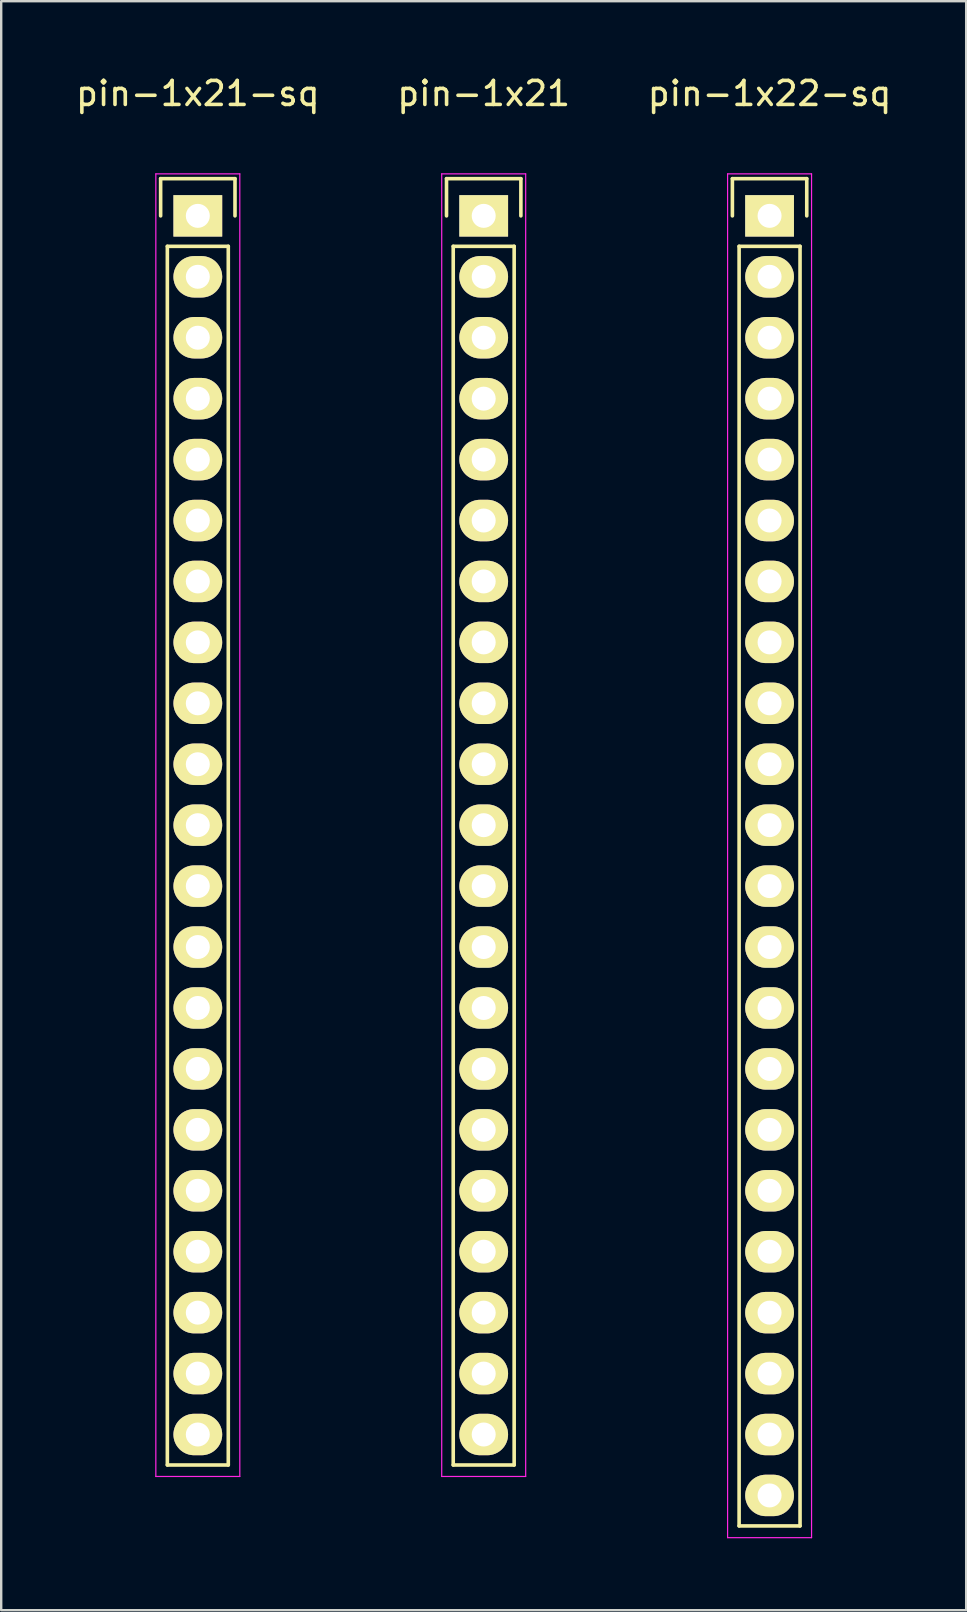
<source format=kicad_pcb>
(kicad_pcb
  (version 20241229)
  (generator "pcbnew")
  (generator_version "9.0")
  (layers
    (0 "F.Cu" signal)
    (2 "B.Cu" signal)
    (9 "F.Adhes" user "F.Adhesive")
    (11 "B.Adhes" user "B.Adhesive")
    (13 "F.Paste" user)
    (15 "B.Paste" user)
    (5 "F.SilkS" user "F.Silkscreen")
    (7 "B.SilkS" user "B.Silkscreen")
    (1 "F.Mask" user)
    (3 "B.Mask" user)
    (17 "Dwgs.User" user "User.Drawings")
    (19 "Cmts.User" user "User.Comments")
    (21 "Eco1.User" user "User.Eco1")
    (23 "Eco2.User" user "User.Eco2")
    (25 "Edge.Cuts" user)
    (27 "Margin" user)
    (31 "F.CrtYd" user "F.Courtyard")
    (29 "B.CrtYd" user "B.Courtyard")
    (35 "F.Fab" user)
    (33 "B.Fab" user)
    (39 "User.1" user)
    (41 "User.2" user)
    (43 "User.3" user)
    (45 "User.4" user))
  (footprint "pin-1x21-sq"
    (layer "F.Cu")
    (at 5.196 5.948)
    (property "Reference" "pin-1x21-sq" (at 0 -5.1 0) (layer "F.SilkS") (effects (font (size 1 1) (thickness 0.15))))
    (attr through_hole)
    (fp_line (start -1.55 -1.55) (end 1.55 -1.55) (stroke (width 0.15) (type solid)) (layer "F.SilkS"))
    (fp_line (start -1.55 0) (end -1.55 -1.55) (stroke (width 0.15) (type solid)) (layer "F.SilkS"))
    (fp_line (start -1.27 52.07) (end -1.27 1.27) (stroke (width 0.15) (type solid)) (layer "F.SilkS"))
    (fp_line (start 1.27 1.27) (end -1.27 1.27) (stroke (width 0.15) (type solid)) (layer "F.SilkS"))
    (fp_line (start 1.27 1.27) (end 1.27 52.07) (stroke (width 0.15) (type solid)) (layer "F.SilkS"))
    (fp_line (start 1.27 52.07) (end -1.27 52.07) (stroke (width 0.15) (type solid)) (layer "F.SilkS"))
    (fp_line (start 1.55 -1.55) (end 1.55 0) (stroke (width 0.15) (type solid)) (layer "F.SilkS"))
    (fp_line (start -1.75 -1.75) (end -1.75 52.55) (stroke (width 0.05) (type solid)) (layer "F.CrtYd"))
    (fp_line (start -1.75 -1.75) (end 1.75 -1.75) (stroke (width 0.05) (type solid)) (layer "F.CrtYd"))
    (fp_line (start -1.75 52.55) (end 1.75 52.55) (stroke (width 0.05) (type solid)) (layer "F.CrtYd"))
    (fp_line (start 1.75 -1.75) (end 1.75 52.55) (stroke (width 0.05) (type solid)) (layer "F.CrtYd"))
    (pad "1" thru_hole rect (at 0 0) (size 2.032 1.727) (drill 1) (layers "*.Cu" "*.Mask" "F.SilkS"))
    (pad "2" thru_hole oval (at 0 2.54) (size 2.032 1.727) (drill 1) (layers "*.Cu" "*.Mask" "F.SilkS"))
    (pad "3" thru_hole oval (at 0 5.08) (size 2.032 1.727) (drill 1) (layers "*.Cu" "*.Mask" "F.SilkS"))
    (pad "4" thru_hole oval (at 0 7.62) (size 2.032 1.727) (drill 1) (layers "*.Cu" "*.Mask" "F.SilkS"))
    (pad "5" thru_hole oval (at 0 10.16) (size 2.032 1.727) (drill 1) (layers "*.Cu" "*.Mask" "F.SilkS"))
    (pad "6" thru_hole oval (at 0 12.7) (size 2.032 1.727) (drill 1) (layers "*.Cu" "*.Mask" "F.SilkS"))
    (pad "7" thru_hole oval (at 0 15.24) (size 2.032 1.727) (drill 1) (layers "*.Cu" "*.Mask" "F.SilkS"))
    (pad "8" thru_hole oval (at 0 17.78) (size 2.032 1.727) (drill 1) (layers "*.Cu" "*.Mask" "F.SilkS"))
    (pad "9" thru_hole oval (at 0 20.32) (size 2.032 1.727) (drill 1) (layers "*.Cu" "*.Mask" "F.SilkS"))
    (pad "10" thru_hole oval (at 0 22.86) (size 2.032 1.727) (drill 1) (layers "*.Cu" "*.Mask" "F.SilkS"))
    (pad "11" thru_hole oval (at 0 25.4) (size 2.032 1.727) (drill 1) (layers "*.Cu" "*.Mask" "F.SilkS"))
    (pad "12" thru_hole oval (at 0 27.94) (size 2.032 1.727) (drill 1) (layers "*.Cu" "*.Mask" "F.SilkS"))
    (pad "13" thru_hole oval (at 0 30.48) (size 2.032 1.727) (drill 1) (layers "*.Cu" "*.Mask" "F.SilkS"))
    (pad "14" thru_hole oval (at 0 33.02) (size 2.032 1.727) (drill 1) (layers "*.Cu" "*.Mask" "F.SilkS"))
    (pad "15" thru_hole oval (at 0 35.56) (size 2.032 1.727) (drill 1) (layers "*.Cu" "*.Mask" "F.SilkS"))
    (pad "16" thru_hole oval (at 0 38.1) (size 2.032 1.727) (drill 1) (layers "*.Cu" "*.Mask" "F.SilkS"))
    (pad "17" thru_hole oval (at 0 40.64) (size 2.032 1.727) (drill 1) (layers "*.Cu" "*.Mask" "F.SilkS"))
    (pad "18" thru_hole oval (at 0 43.18) (size 2.032 1.727) (drill 1) (layers "*.Cu" "*.Mask" "F.SilkS"))
    (pad "19" thru_hole oval (at 0 45.72) (size 2.032 1.727) (drill 1) (layers "*.Cu" "*.Mask" "F.SilkS"))
    (pad "20" thru_hole oval (at 0 48.26) (size 2.032 1.727) (drill 1) (layers "*.Cu" "*.Mask" "F.SilkS"))
    (pad "21" thru_hole oval (at 0 50.8) (size 2.032 1.727) (drill 1) (layers "*.Cu" "*.Mask" "F.SilkS")))
  (footprint "pin-1x21"
    (layer "F.Cu")
    (at 17.113 5.948)
    (property "Reference" "pin-1x21" (at 0 -5.1 0) (layer "F.SilkS") (effects (font (size 1 1) (thickness 0.15))))
    (attr through_hole)
    (fp_line (start -1.55 -1.55) (end 1.55 -1.55) (stroke (width 0.15) (type solid)) (layer "F.SilkS"))
    (fp_line (start -1.55 0) (end -1.55 -1.55) (stroke (width 0.15) (type solid)) (layer "F.SilkS"))
    (fp_line (start -1.27 52.07) (end -1.27 1.27) (stroke (width 0.15) (type solid)) (layer "F.SilkS"))
    (fp_line (start 1.27 1.27) (end -1.27 1.27) (stroke (width 0.15) (type solid)) (layer "F.SilkS"))
    (fp_line (start 1.27 1.27) (end 1.27 52.07) (stroke (width 0.15) (type solid)) (layer "F.SilkS"))
    (fp_line (start 1.27 52.07) (end -1.27 52.07) (stroke (width 0.15) (type solid)) (layer "F.SilkS"))
    (fp_line (start 1.55 -1.55) (end 1.55 0) (stroke (width 0.15) (type solid)) (layer "F.SilkS"))
    (fp_line (start -1.75 -1.75) (end -1.75 52.55) (stroke (width 0.05) (type solid)) (layer "F.CrtYd"))
    (fp_line (start -1.75 -1.75) (end 1.75 -1.75) (stroke (width 0.05) (type solid)) (layer "F.CrtYd"))
    (fp_line (start -1.75 52.55) (end 1.75 52.55) (stroke (width 0.05) (type solid)) (layer "F.CrtYd"))
    (fp_line (start 1.75 -1.75) (end 1.75 52.55) (stroke (width 0.05) (type solid)) (layer "F.CrtYd"))
    (pad "1" thru_hole rect (at 0 0) (size 2.032 1.727) (drill 1) (layers "*.Cu" "*.Mask" "F.SilkS"))
    (pad "2" thru_hole oval (at 0 2.54) (size 2.032 1.727) (drill 1) (layers "*.Cu" "*.Mask" "F.SilkS"))
    (pad "3" thru_hole oval (at 0 5.08) (size 2.032 1.727) (drill 1) (layers "*.Cu" "*.Mask" "F.SilkS"))
    (pad "4" thru_hole oval (at 0 7.62) (size 2.032 1.727) (drill 1) (layers "*.Cu" "*.Mask" "F.SilkS"))
    (pad "5" thru_hole oval (at 0 10.16) (size 2.032 1.727) (drill 1) (layers "*.Cu" "*.Mask" "F.SilkS"))
    (pad "6" thru_hole oval (at 0 12.7) (size 2.032 1.727) (drill 1) (layers "*.Cu" "*.Mask" "F.SilkS"))
    (pad "7" thru_hole oval (at 0 15.24) (size 2.032 1.727) (drill 1) (layers "*.Cu" "*.Mask" "F.SilkS"))
    (pad "8" thru_hole oval (at 0 17.78) (size 2.032 1.727) (drill 1) (layers "*.Cu" "*.Mask" "F.SilkS"))
    (pad "9" thru_hole oval (at 0 20.32) (size 2.032 1.727) (drill 1) (layers "*.Cu" "*.Mask" "F.SilkS"))
    (pad "10" thru_hole oval (at 0 22.86) (size 2.032 1.727) (drill 1) (layers "*.Cu" "*.Mask" "F.SilkS"))
    (pad "11" thru_hole oval (at 0 25.4) (size 2.032 1.727) (drill 1) (layers "*.Cu" "*.Mask" "F.SilkS"))
    (pad "12" thru_hole oval (at 0 27.94) (size 2.032 1.727) (drill 1) (layers "*.Cu" "*.Mask" "F.SilkS"))
    (pad "13" thru_hole oval (at 0 30.48) (size 2.032 1.727) (drill 1) (layers "*.Cu" "*.Mask" "F.SilkS"))
    (pad "14" thru_hole oval (at 0 33.02) (size 2.032 1.727) (drill 1) (layers "*.Cu" "*.Mask" "F.SilkS"))
    (pad "15" thru_hole oval (at 0 35.56) (size 2.032 1.727) (drill 1) (layers "*.Cu" "*.Mask" "F.SilkS"))
    (pad "16" thru_hole oval (at 0 38.1) (size 2.032 1.727) (drill 1) (layers "*.Cu" "*.Mask" "F.SilkS"))
    (pad "17" thru_hole oval (at 0 40.64) (size 2.032 1.727) (drill 1) (layers "*.Cu" "*.Mask" "F.SilkS"))
    (pad "18" thru_hole oval (at 0 43.18) (size 2.032 1.727) (drill 1) (layers "*.Cu" "*.Mask" "F.SilkS"))
    (pad "19" thru_hole oval (at 0 45.72) (size 2.032 1.727) (drill 1) (layers "*.Cu" "*.Mask" "F.SilkS"))
    (pad "20" thru_hole oval (at 0 48.26) (size 2.032 1.727) (drill 1) (layers "*.Cu" "*.Mask" "F.SilkS"))
    (pad "21" thru_hole oval (at 0 50.8) (size 2.032 1.727) (drill 1) (layers "*.Cu" "*.Mask" "F.SilkS")))
  (footprint "pin-1x22-sq"
    (layer "F.Cu")
    (at 29.03 5.948)
    (property "Reference" "pin-1x22-sq" (at 0 -5.1 0) (layer "F.SilkS") (effects (font (size 1 1) (thickness 0.15))))
    (attr through_hole)
    (fp_line (start -1.55 -1.55) (end 1.55 -1.55) (stroke (width 0.15) (type solid)) (layer "F.SilkS"))
    (fp_line (start -1.55 0) (end -1.55 -1.55) (stroke (width 0.15) (type solid)) (layer "F.SilkS"))
    (fp_line (start -1.27 1.27) (end -1.27 54.61) (stroke (width 0.15) (type solid)) (layer "F.SilkS"))
    (fp_line (start -1.27 54.61) (end 1.27 54.61) (stroke (width 0.15) (type solid)) (layer "F.SilkS"))
    (fp_line (start 1.27 1.27) (end -1.27 1.27) (stroke (width 0.15) (type solid)) (layer "F.SilkS"))
    (fp_line (start 1.27 54.61) (end 1.27 1.27) (stroke (width 0.15) (type solid)) (layer "F.SilkS"))
    (fp_line (start 1.55 -1.55) (end 1.55 0) (stroke (width 0.15) (type solid)) (layer "F.SilkS"))
    (fp_line (start -1.75 -1.75) (end -1.75 55.1) (stroke (width 0.05) (type solid)) (layer "F.CrtYd"))
    (fp_line (start -1.75 -1.75) (end 1.75 -1.75) (stroke (width 0.05) (type solid)) (layer "F.CrtYd"))
    (fp_line (start -1.75 55.1) (end 1.75 55.1) (stroke (width 0.05) (type solid)) (layer "F.CrtYd"))
    (fp_line (start 1.75 -1.75) (end 1.75 55.1) (stroke (width 0.05) (type solid)) (layer "F.CrtYd"))
    (pad "1" thru_hole rect (at 0 0) (size 2.032 1.727) (drill 1) (layers "*.Cu" "*.Mask" "F.SilkS"))
    (pad "2" thru_hole oval (at 0 2.54) (size 2.032 1.727) (drill 1) (layers "*.Cu" "*.Mask" "F.SilkS"))
    (pad "3" thru_hole oval (at 0 5.08) (size 2.032 1.727) (drill 1) (layers "*.Cu" "*.Mask" "F.SilkS"))
    (pad "4" thru_hole oval (at 0 7.62) (size 2.032 1.727) (drill 1) (layers "*.Cu" "*.Mask" "F.SilkS"))
    (pad "5" thru_hole oval (at 0 10.16) (size 2.032 1.727) (drill 1) (layers "*.Cu" "*.Mask" "F.SilkS"))
    (pad "6" thru_hole oval (at 0 12.7) (size 2.032 1.727) (drill 1) (layers "*.Cu" "*.Mask" "F.SilkS"))
    (pad "7" thru_hole oval (at 0 15.24) (size 2.032 1.727) (drill 1) (layers "*.Cu" "*.Mask" "F.SilkS"))
    (pad "8" thru_hole oval (at 0 17.78) (size 2.032 1.727) (drill 1) (layers "*.Cu" "*.Mask" "F.SilkS"))
    (pad "9" thru_hole oval (at 0 20.32) (size 2.032 1.727) (drill 1) (layers "*.Cu" "*.Mask" "F.SilkS"))
    (pad "10" thru_hole oval (at 0 22.86) (size 2.032 1.727) (drill 1) (layers "*.Cu" "*.Mask" "F.SilkS"))
    (pad "11" thru_hole oval (at 0 25.4) (size 2.032 1.727) (drill 1) (layers "*.Cu" "*.Mask" "F.SilkS"))
    (pad "12" thru_hole oval (at 0 27.94) (size 2.032 1.727) (drill 1) (layers "*.Cu" "*.Mask" "F.SilkS"))
    (pad "13" thru_hole oval (at 0 30.48) (size 2.032 1.727) (drill 1) (layers "*.Cu" "*.Mask" "F.SilkS"))
    (pad "14" thru_hole oval (at 0 33.02) (size 2.032 1.727) (drill 1) (layers "*.Cu" "*.Mask" "F.SilkS"))
    (pad "15" thru_hole oval (at 0 35.56) (size 2.032 1.727) (drill 1) (layers "*.Cu" "*.Mask" "F.SilkS"))
    (pad "16" thru_hole oval (at 0 38.1) (size 2.032 1.727) (drill 1) (layers "*.Cu" "*.Mask" "F.SilkS"))
    (pad "17" thru_hole oval (at 0 40.64) (size 2.032 1.727) (drill 1) (layers "*.Cu" "*.Mask" "F.SilkS"))
    (pad "18" thru_hole oval (at 0 43.18) (size 2.032 1.727) (drill 1) (layers "*.Cu" "*.Mask" "F.SilkS"))
    (pad "19" thru_hole oval (at 0 45.72) (size 2.032 1.727) (drill 1) (layers "*.Cu" "*.Mask" "F.SilkS"))
    (pad "20" thru_hole oval (at 0 48.26) (size 2.032 1.727) (drill 1) (layers "*.Cu" "*.Mask" "F.SilkS"))
    (pad "21" thru_hole oval (at 0 50.8) (size 2.032 1.727) (drill 1) (layers "*.Cu" "*.Mask" "F.SilkS"))
    (pad "22" thru_hole oval (at 0 53.34) (size 2.032 1.727) (drill 1) (layers "*.Cu" "*.Mask" "F.SilkS")))
  (gr_rect
    (start -3 -3)
    (end 37.226 64.073)
    (stroke (width 0.1) (type default))
    (fill no)
    (layer "Edge.Cuts")))
</source>
